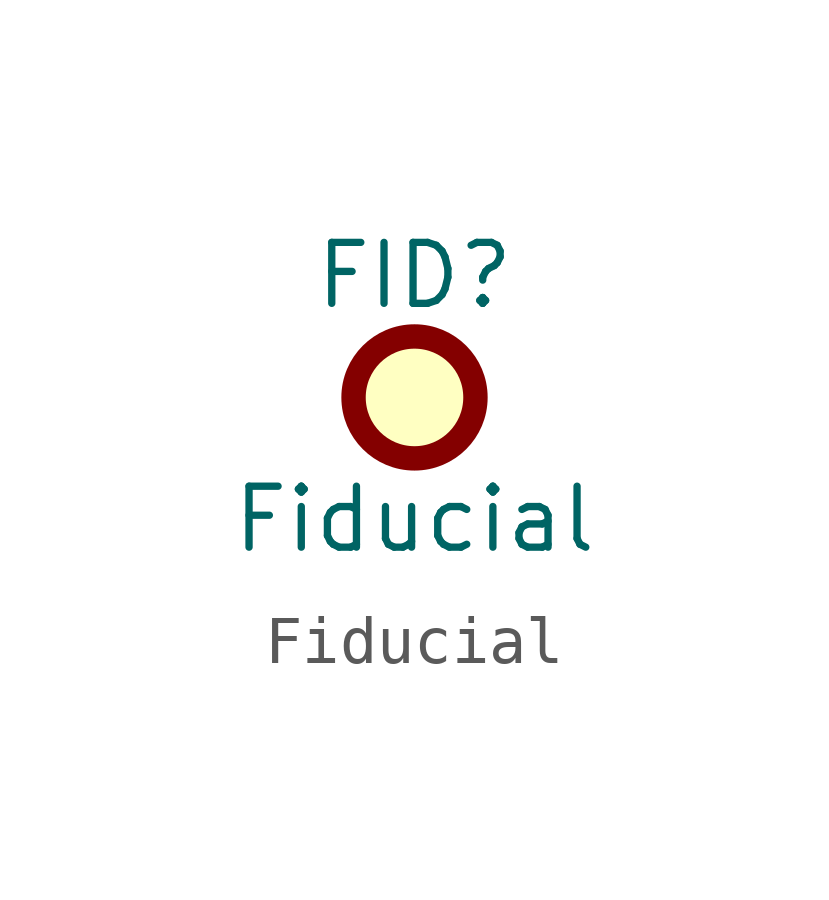
<source format=kicad_sym>
(kicad_symbol_lib
  (version 20231120)
  (generator "kicad_symbol_editor")
  (generator_version "8.0")
  (symbol "Fiducial"
    (pin_numbers hide)
    (pin_names
      (offset 0) hide)
    (property "Reference" "FID"
      (at 0 2.54 0)
      (effects (font (size 1.27 1.27))))
    (property "Value" "Fiducial"
      (at 0 -2.54 0)
      (effects (font (size 1.27 1.27))))
    (symbol "Fiducial_0_1"
      (circle (center 0 0) (radius 1.27) (stroke (width 0.508) (type default)) (fill (type background))))))
</source>
